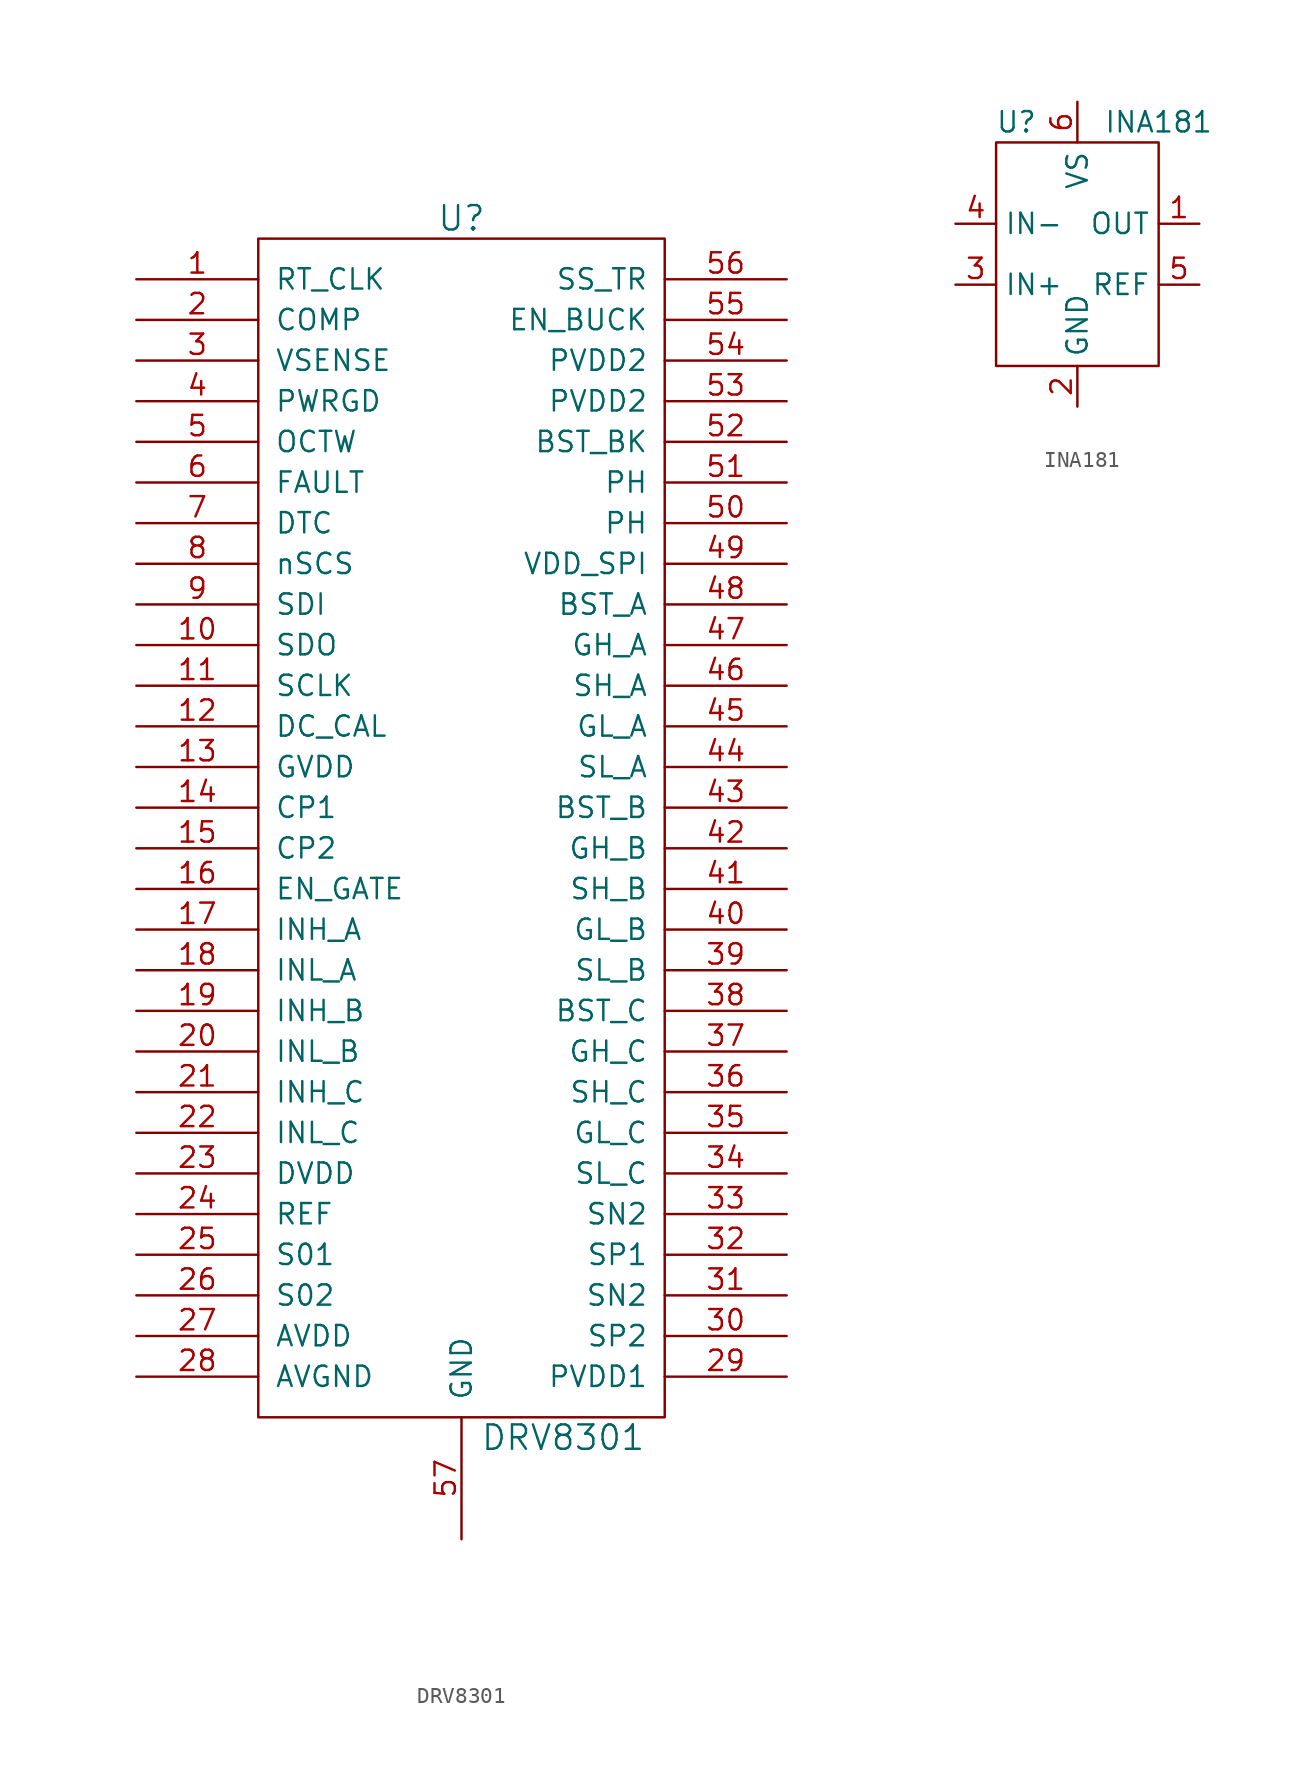
<source format=kicad_sym>
(kicad_symbol_lib
  (version 20211014)
  (generator kicad_symbol_editor)
  (symbol "DRV8301"
    (pin_names
      (offset 1.016))
    (property "Reference" "U"
      (at 0 46.99 0)
      (effects (font (size 1.524 1.524))))
    (property "Value" "DRV8301"
      (at 6.35 -29.21 0)
      (effects (font (size 1.524 1.524))))
    (property "Footprint" ""
      (at 20.32 27.94 0)
      (effects (font (size 1.524 1.524))))
    (property "Datasheet" ""
      (at 20.32 27.94 0)
      (effects (font (size 1.524 1.524))))
    (symbol "DRV8301_0_0"
      (pin output line (at 20.32 27.94 180) (length 7.62) (name "PH" (effects (font (size 1.27 1.27)))) (number "50" (effects (font (size 1.27 1.27)))))
      (pin output line (at 20.32 30.48 180) (length 7.62) (name "PH" (effects (font (size 1.27 1.27)))) (number "51" (effects (font (size 1.27 1.27)))))
      (pin passive line (at 20.32 33.02 180) (length 7.62) (name "BST_BK" (effects (font (size 1.27 1.27)))) (number "52" (effects (font (size 1.27 1.27)))))
      (pin power_in line (at 20.32 35.56 180) (length 7.62) (name "PVDD2" (effects (font (size 1.27 1.27)))) (number "53" (effects (font (size 1.27 1.27)))))
      (pin power_in line (at 20.32 38.1 180) (length 7.62) (name "PVDD2" (effects (font (size 1.27 1.27)))) (number "54" (effects (font (size 1.27 1.27)))))
      (pin input line (at 20.32 40.64 180) (length 7.62) (name "EN_BUCK" (effects (font (size 1.27 1.27)))) (number "55" (effects (font (size 1.27 1.27)))))
      (pin passive line (at 20.32 43.18 180) (length 7.62) (name "SS_TR" (effects (font (size 1.27 1.27)))) (number "56" (effects (font (size 1.27 1.27)))))
      (pin passive line (at 0 -35.56 90) (length 7.62) (name "GND" (effects (font (size 1.27 1.27)))) (number "57" (effects (font (size 1.27 1.27))))))
    (symbol "DRV8301_0_1"
      (rectangle (start 12.7 -27.94) (end -12.7 45.72) (stroke (width 0) (type default) (color 0 0 0 0)) (fill (type none))))
    (symbol "DRV8301_1_0"
      (pin passive line (at 20.32 10.16 180) (length 7.62) (name "BST_B" (effects (font (size 1.27 1.27)))) (number "43" (effects (font (size 1.27 1.27))))))
    (symbol "DRV8301_1_1"
      (pin passive line (at -20.32 43.18 0) (length 7.62) (name "RT_CLK" (effects (font (size 1.27 1.27)))) (number "1" (effects (font (size 1.27 1.27)))))
      (pin bidirectional line (at -20.32 20.32 0) (length 7.62) (name "SDO" (effects (font (size 1.27 1.27)))) (number "10" (effects (font (size 1.27 1.27)))))
      (pin bidirectional line (at -20.32 17.78 0) (length 7.62) (name "SCLK" (effects (font (size 1.27 1.27)))) (number "11" (effects (font (size 1.27 1.27)))))
      (pin input line (at -20.32 15.24 0) (length 7.62) (name "DC_CAL" (effects (font (size 1.27 1.27)))) (number "12" (effects (font (size 1.27 1.27)))))
      (pin passive line (at -20.32 12.7 0) (length 7.62) (name "GVDD" (effects (font (size 1.27 1.27)))) (number "13" (effects (font (size 1.27 1.27)))))
      (pin passive line (at -20.32 10.16 0) (length 7.62) (name "CP1" (effects (font (size 1.27 1.27)))) (number "14" (effects (font (size 1.27 1.27)))))
      (pin passive line (at -20.32 7.62 0) (length 7.62) (name "CP2" (effects (font (size 1.27 1.27)))) (number "15" (effects (font (size 1.27 1.27)))))
      (pin input line (at -20.32 5.08 0) (length 7.62) (name "EN_GATE" (effects (font (size 1.27 1.27)))) (number "16" (effects (font (size 1.27 1.27)))))
      (pin input line (at -20.32 2.54 0) (length 7.62) (name "INH_A" (effects (font (size 1.27 1.27)))) (number "17" (effects (font (size 1.27 1.27)))))
      (pin input line (at -20.32 0 0) (length 7.62) (name "INL_A" (effects (font (size 1.27 1.27)))) (number "18" (effects (font (size 1.27 1.27)))))
      (pin input line (at -20.32 -2.54 0) (length 7.62) (name "INH_B" (effects (font (size 1.27 1.27)))) (number "19" (effects (font (size 1.27 1.27)))))
      (pin passive line (at -20.32 40.64 0) (length 7.62) (name "COMP" (effects (font (size 1.27 1.27)))) (number "2" (effects (font (size 1.27 1.27)))))
      (pin input line (at -20.32 -5.08 0) (length 7.62) (name "INL_B" (effects (font (size 1.27 1.27)))) (number "20" (effects (font (size 1.27 1.27)))))
      (pin input line (at -20.32 -7.62 0) (length 7.62) (name "INH_C" (effects (font (size 1.27 1.27)))) (number "21" (effects (font (size 1.27 1.27)))))
      (pin input line (at -20.32 -10.16 0) (length 7.62) (name "INL_C" (effects (font (size 1.27 1.27)))) (number "22" (effects (font (size 1.27 1.27)))))
      (pin input line (at -20.32 -12.7 0) (length 7.62) (name "DVDD" (effects (font (size 1.27 1.27)))) (number "23" (effects (font (size 1.27 1.27)))))
      (pin passive line (at -20.32 -15.24 0) (length 7.62) (name "REF" (effects (font (size 1.27 1.27)))) (number "24" (effects (font (size 1.27 1.27)))))
      (pin input line (at -20.32 -17.78 0) (length 7.62) (name "S01" (effects (font (size 1.27 1.27)))) (number "25" (effects (font (size 1.27 1.27)))))
      (pin input line (at -20.32 -20.32 0) (length 7.62) (name "S02" (effects (font (size 1.27 1.27)))) (number "26" (effects (font (size 1.27 1.27)))))
      (pin power_in line (at -20.32 -22.86 0) (length 7.62) (name "AVDD" (effects (font (size 1.27 1.27)))) (number "27" (effects (font (size 1.27 1.27)))))
      (pin passive line (at -20.32 -25.4 0) (length 7.62) (name "AVGND" (effects (font (size 1.27 1.27)))) (number "28" (effects (font (size 1.27 1.27)))))
      (pin power_in line (at 20.32 -25.4 180) (length 7.62) (name "PVDD1" (effects (font (size 1.27 1.27)))) (number "29" (effects (font (size 1.27 1.27)))))
      (pin input line (at -20.32 38.1 0) (length 7.62) (name "VSENSE" (effects (font (size 1.27 1.27)))) (number "3" (effects (font (size 1.27 1.27)))))
      (pin input line (at 20.32 -22.86 180) (length 7.62) (name "SP2" (effects (font (size 1.27 1.27)))) (number "30" (effects (font (size 1.27 1.27)))))
      (pin input line (at 20.32 -20.32 180) (length 7.62) (name "SN2" (effects (font (size 1.27 1.27)))) (number "31" (effects (font (size 1.27 1.27)))))
      (pin input line (at 20.32 -17.78 180) (length 7.62) (name "SP1" (effects (font (size 1.27 1.27)))) (number "32" (effects (font (size 1.27 1.27)))))
      (pin input line (at 20.32 -15.24 180) (length 7.62) (name "SN2" (effects (font (size 1.27 1.27)))) (number "33" (effects (font (size 1.27 1.27)))))
      (pin input line (at 20.32 -12.7 180) (length 7.62) (name "SL_C" (effects (font (size 1.27 1.27)))) (number "34" (effects (font (size 1.27 1.27)))))
      (pin output line (at 20.32 -10.16 180) (length 7.62) (name "GL_C" (effects (font (size 1.27 1.27)))) (number "35" (effects (font (size 1.27 1.27)))))
      (pin input line (at 20.32 -7.62 180) (length 7.62) (name "SH_C" (effects (font (size 1.27 1.27)))) (number "36" (effects (font (size 1.27 1.27)))))
      (pin output line (at 20.32 -5.08 180) (length 7.62) (name "GH_C" (effects (font (size 1.27 1.27)))) (number "37" (effects (font (size 1.27 1.27)))))
      (pin passive line (at 20.32 -2.54 180) (length 7.62) (name "BST_C" (effects (font (size 1.27 1.27)))) (number "38" (effects (font (size 1.27 1.27)))))
      (pin input line (at 20.32 0 180) (length 7.62) (name "SL_B" (effects (font (size 1.27 1.27)))) (number "39" (effects (font (size 1.27 1.27)))))
      (pin input line (at -20.32 35.56 0) (length 7.62) (name "PWRGD" (effects (font (size 1.27 1.27)))) (number "4" (effects (font (size 1.27 1.27)))))
      (pin output line (at 20.32 2.54 180) (length 7.62) (name "GL_B" (effects (font (size 1.27 1.27)))) (number "40" (effects (font (size 1.27 1.27)))))
      (pin input line (at 20.32 5.08 180) (length 7.62) (name "SH_B" (effects (font (size 1.27 1.27)))) (number "41" (effects (font (size 1.27 1.27)))))
      (pin output line (at 20.32 7.62 180) (length 7.62) (name "GH_B" (effects (font (size 1.27 1.27)))) (number "42" (effects (font (size 1.27 1.27)))))
      (pin input line (at 20.32 12.7 180) (length 7.62) (name "SL_A" (effects (font (size 1.27 1.27)))) (number "44" (effects (font (size 1.27 1.27)))))
      (pin output line (at 20.32 15.24 180) (length 7.62) (name "GL_A" (effects (font (size 1.27 1.27)))) (number "45" (effects (font (size 1.27 1.27)))))
      (pin input line (at 20.32 17.78 180) (length 7.62) (name "SH_A" (effects (font (size 1.27 1.27)))) (number "46" (effects (font (size 1.27 1.27)))))
      (pin output line (at 20.32 20.32 180) (length 7.62) (name "GH_A" (effects (font (size 1.27 1.27)))) (number "47" (effects (font (size 1.27 1.27)))))
      (pin passive line (at 20.32 22.86 180) (length 7.62) (name "BST_A" (effects (font (size 1.27 1.27)))) (number "48" (effects (font (size 1.27 1.27)))))
      (pin power_in line (at 20.32 25.4 180) (length 7.62) (name "VDD_SPI" (effects (font (size 1.27 1.27)))) (number "49" (effects (font (size 1.27 1.27)))))
      (pin input line (at -20.32 33.02 0) (length 7.62) (name "OCTW" (effects (font (size 1.27 1.27)))) (number "5" (effects (font (size 1.27 1.27)))))
      (pin output line (at -20.32 30.48 0) (length 7.62) (name "FAULT" (effects (font (size 1.27 1.27)))) (number "6" (effects (font (size 1.27 1.27)))))
      (pin passive line (at -20.32 27.94 0) (length 7.62) (name "DTC" (effects (font (size 1.27 1.27)))) (number "7" (effects (font (size 1.27 1.27)))))
      (pin input line (at -20.32 25.4 0) (length 7.62) (name "nSCS" (effects (font (size 1.27 1.27)))) (number "8" (effects (font (size 1.27 1.27)))))
      (pin bidirectional line (at -20.32 22.86 0) (length 7.62) (name "SDI" (effects (font (size 1.27 1.27)))) (number "9" (effects (font (size 1.27 1.27)))))))
  (symbol "INA181"
    (property "Reference" "U"
      (at -3.81 2.54 0)
      (effects (font (size 1.27 1.27))))
    (property "Value" "INA181"
      (at 5.08 2.54 0)
      (effects (font (size 1.27 1.27))))
    (symbol "INA181_0_1"
      (rectangle (start -5.08 1.27) (end 5.08 -12.7) (stroke (width 0) (type default) (color 0 0 0 0)) (fill (type none))))
    (symbol "INA181_1_1"
      (pin output line (at 7.62 -3.81 180) (length 2.54) (name "OUT" (effects (font (size 1.27 1.27)))) (number "1" (effects (font (size 1.27 1.27)))))
      (pin power_in line (at 0 -15.24 90) (length 2.54) (name "GND" (effects (font (size 1.27 1.27)))) (number "2" (effects (font (size 1.27 1.27)))))
      (pin input line (at -7.62 -7.62 0) (length 2.54) (name "IN+" (effects (font (size 1.27 1.27)))) (number "3" (effects (font (size 1.27 1.27)))))
      (pin input line (at -7.62 -3.81 0) (length 2.54) (name "IN-" (effects (font (size 1.27 1.27)))) (number "4" (effects (font (size 1.27 1.27)))))
      (pin input line (at 7.62 -7.62 180) (length 2.54) (name "REF" (effects (font (size 1.27 1.27)))) (number "5" (effects (font (size 1.27 1.27)))))
      (pin power_in line (at 0 3.81 270) (length 2.54) (name "VS" (effects (font (size 1.27 1.27)))) (number "6" (effects (font (size 1.27 1.27))))))))
</source>
